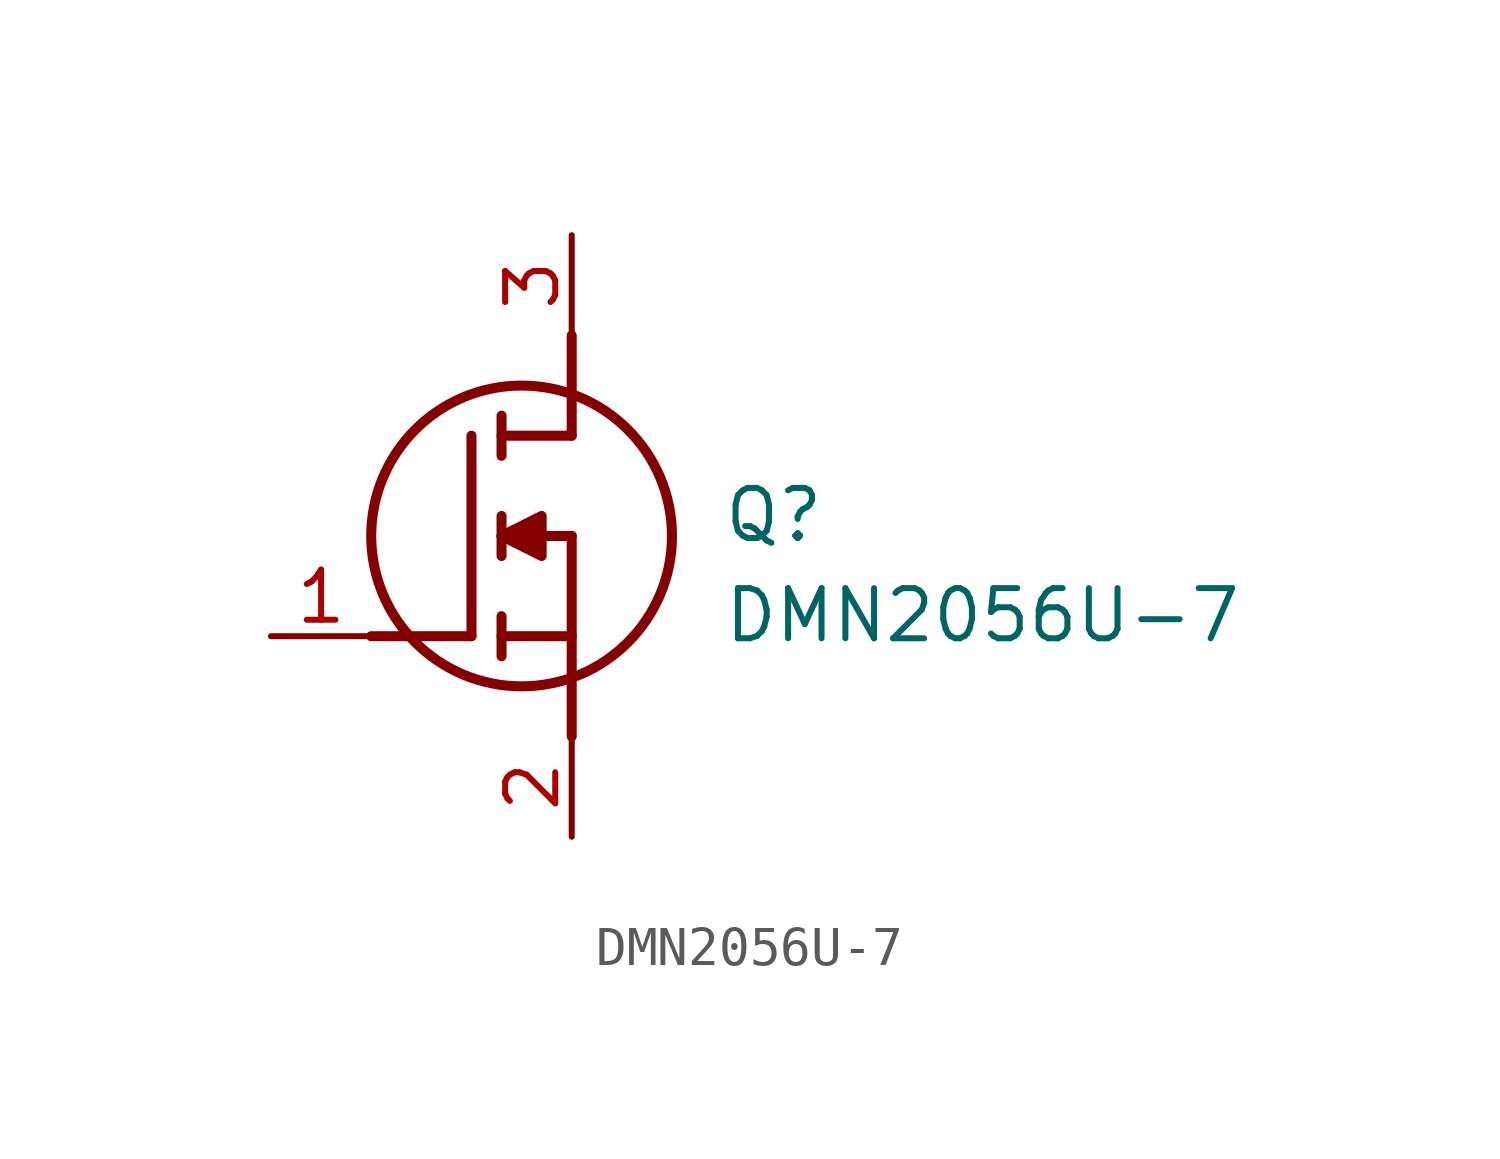
<source format=kicad_sym>
(kicad_symbol_lib
  (version 20211014)
  (generator SamacSys_ECAD_Model)
  (symbol "DMN2056U-7"
    (pin_names hide)
    (property "Reference" "Q"
      (at 11.43 3.81 0)
      (effects (font (size 1.27 1.27)) (justify left top)))
    (property "Value" "DMN2056U-7"
      (at 11.43 1.27 0)
      (effects (font (size 1.27 1.27)) (justify left top)))
    (polyline
      (pts (xy 7.62 2.54) (xy 7.62 -2.54))
      (stroke (width 0.254) (type default))
      (fill (type none)))
    (polyline
      (pts (xy 7.62 5.08) (xy 7.62 7.62))
      (stroke (width 0.254) (type default))
      (fill (type none)))
    (polyline
      (pts (xy 2.54 0) (xy 5.08 0))
      (stroke (width 0.254) (type default))
      (fill (type none)))
    (polyline
      (pts (xy 5.08 5.08) (xy 5.08 0))
      (stroke (width 0.254) (type default))
      (fill (type none)))
    (polyline
      (pts (xy 7.62 2.54) (xy 5.842 2.54))
      (stroke (width 0.254) (type default))
      (fill (type none)))
    (polyline
      (pts (xy 7.62 5.08) (xy 5.842 5.08))
      (stroke (width 0.254) (type default))
      (fill (type none)))
    (polyline
      (pts (xy 5.842 0) (xy 7.62 0))
      (stroke (width 0.254) (type default))
      (fill (type none)))
    (polyline
      (pts (xy 5.842 5.588) (xy 5.842 4.572))
      (stroke (width 0.254) (type default))
      (fill (type none)))
    (polyline
      (pts (xy 5.842 -0.508) (xy 5.842 0.508))
      (stroke (width 0.254) (type default))
      (fill (type none)))
    (polyline
      (pts (xy 5.842 2.032) (xy 5.842 3.048))
      (stroke (width 0.254) (type default))
      (fill (type none)))
    (circle
      (center 6.35 2.54)
      (radius 3.81)
      (stroke (width 0.254) (type default))
      (fill (type none)))
    (polyline
      (pts (xy 5.842 2.54) (xy 6.858 3.048) (xy 6.858 2.032) (xy 5.842 2.54))
      (stroke (width 0.254) (type default))
      (fill (type outline)))
    (pin passive line
      (at 0 0 0)
      (length 2.54)
      (name "G" (effects (font (size 1.27 1.27))))
      (number "1" (effects (font (size 1.27 1.27)))))
    (pin passive line
      (at 7.62 10.16 270)
      (length 2.54)
      (name "D" (effects (font (size 1.27 1.27))))
      (number "3" (effects (font (size 1.27 1.27)))))
    (pin passive line
      (at 7.62 -5.08 90)
      (length 2.54)
      (name "S" (effects (font (size 1.27 1.27))))
      (number "2" (effects (font (size 1.27 1.27)))))))
</source>
